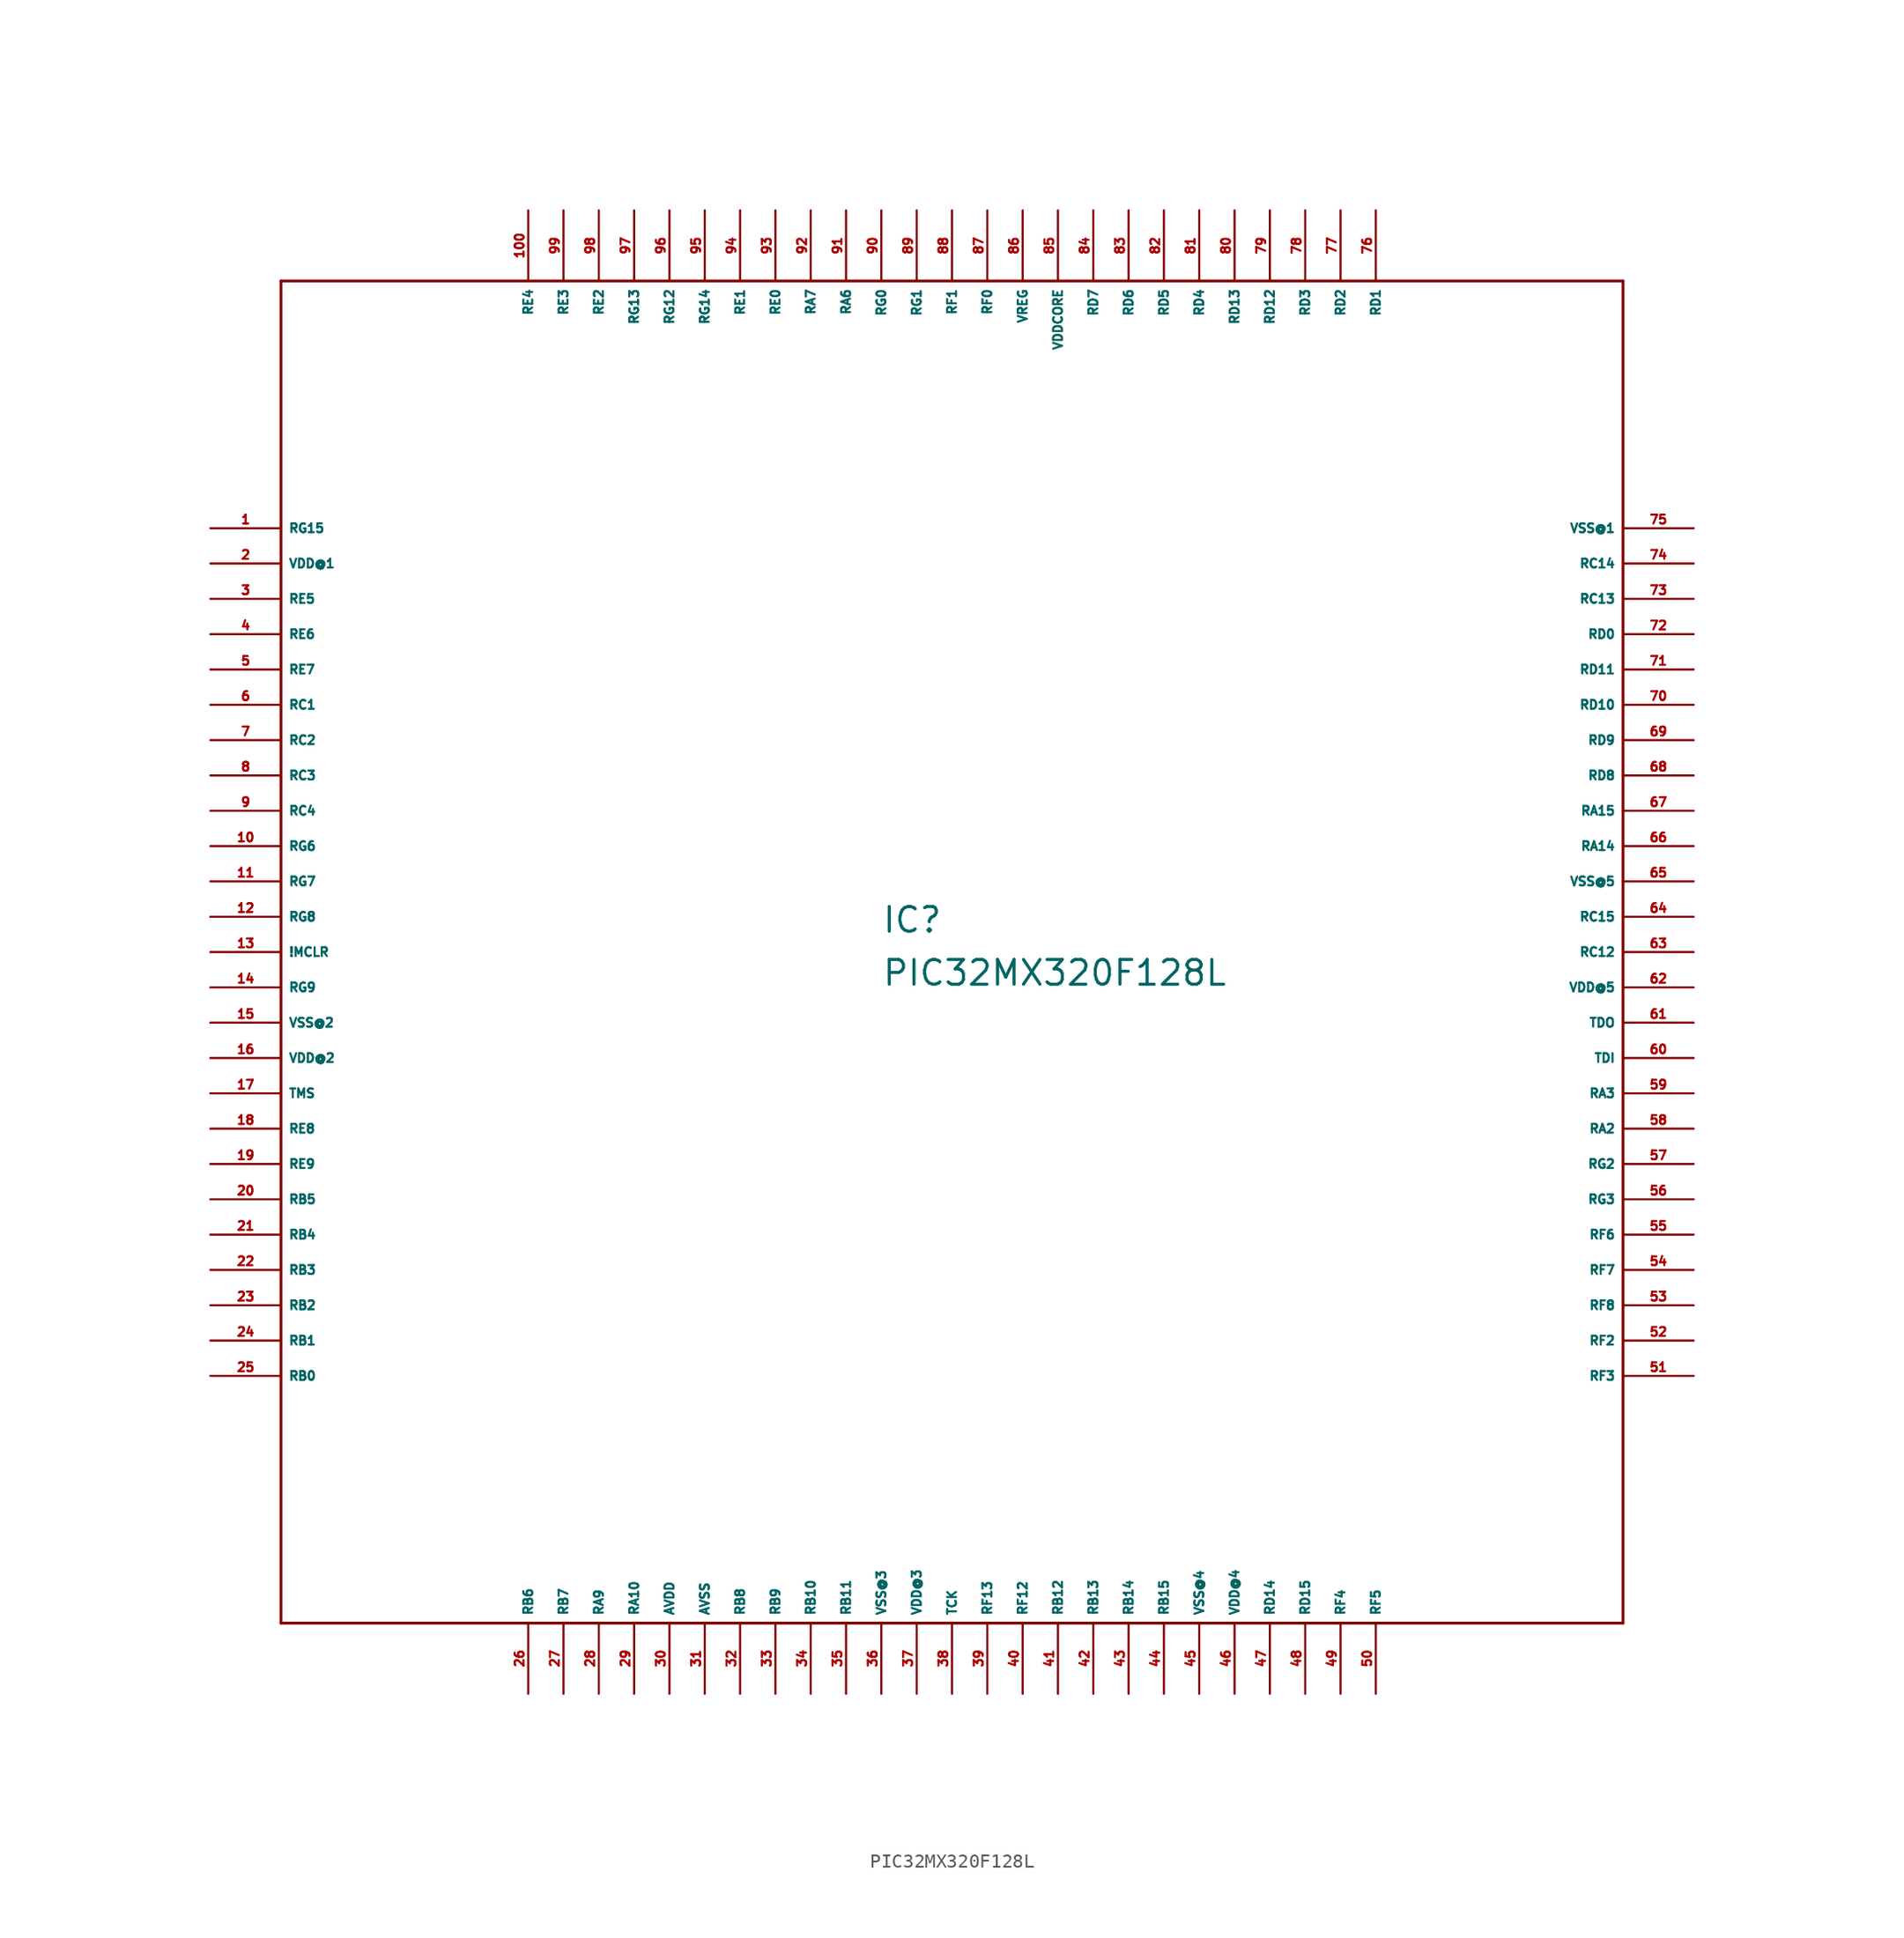
<source format=kicad_sym>
(kicad_symbol_lib
  (version 20220914)
  (generator Eagle2Kicad)
  (symbol "PIC32MX320F128L"
    (property "Reference" "IC"
      (at -5.08 1.27 0)
      (effects (font (size 1.778 1.778) (thickness 0.22)) (justify left bottom)))
    (property "Value" "PIC32MX320F128L"
      (at -5.08 -2.54 0)
      (effects (font (size 1.778 1.778) (thickness 0.22)) (justify left bottom)))
    (polyline
      (pts (xy -48.26 -48.26) (xy 48.26 -48.26))
      (stroke (width 0.203) (type default))
      (fill (type none)))
    (polyline
      (pts (xy 48.26 -48.26) (xy 48.26 48.26))
      (stroke (width 0.203) (type default))
      (fill (type none)))
    (polyline
      (pts (xy 48.26 48.26) (xy -48.26 48.26))
      (stroke (width 0.203) (type default))
      (fill (type none)))
    (polyline
      (pts (xy -48.26 48.26) (xy -48.26 -48.26))
      (stroke (width 0.203) (type default))
      (fill (type none)))
    (pin bidirectional line
      (at -53.34 30.48 0)
      (length 5.08)
      (name "RG15" (effects (font (size 0.635 0.635) (thickness 0.08)) (justify left bottom)))
      (number "1" (effects (font (size 0.635 0.635) (thickness 0.08)) (justify left bottom))))
    (pin unspecified line
      (at -53.34 27.94 0)
      (length 5.08)
      (name "VDD@1" (effects (font (size 0.635 0.635) (thickness 0.08)) (justify left bottom)))
      (number "2" (effects (font (size 0.635 0.635) (thickness 0.08)) (justify left bottom))))
    (pin bidirectional line
      (at -53.34 25.4 0)
      (length 5.08)
      (name "RE5" (effects (font (size 0.635 0.635) (thickness 0.08)) (justify left bottom)))
      (number "3" (effects (font (size 0.635 0.635) (thickness 0.08)) (justify left bottom))))
    (pin bidirectional line
      (at -53.34 22.86 0)
      (length 5.08)
      (name "RE6" (effects (font (size 0.635 0.635) (thickness 0.08)) (justify left bottom)))
      (number "4" (effects (font (size 0.635 0.635) (thickness 0.08)) (justify left bottom))))
    (pin bidirectional line
      (at -53.34 20.32 0)
      (length 5.08)
      (name "RE7" (effects (font (size 0.635 0.635) (thickness 0.08)) (justify left bottom)))
      (number "5" (effects (font (size 0.635 0.635) (thickness 0.08)) (justify left bottom))))
    (pin bidirectional line
      (at -53.34 17.78 0)
      (length 5.08)
      (name "RC1" (effects (font (size 0.635 0.635) (thickness 0.08)) (justify left bottom)))
      (number "6" (effects (font (size 0.635 0.635) (thickness 0.08)) (justify left bottom))))
    (pin bidirectional line
      (at -53.34 15.24 0)
      (length 5.08)
      (name "RC2" (effects (font (size 0.635 0.635) (thickness 0.08)) (justify left bottom)))
      (number "7" (effects (font (size 0.635 0.635) (thickness 0.08)) (justify left bottom))))
    (pin bidirectional line
      (at -53.34 12.7 0)
      (length 5.08)
      (name "RC3" (effects (font (size 0.635 0.635) (thickness 0.08)) (justify left bottom)))
      (number "8" (effects (font (size 0.635 0.635) (thickness 0.08)) (justify left bottom))))
    (pin bidirectional line
      (at -53.34 10.16 0)
      (length 5.08)
      (name "RC4" (effects (font (size 0.635 0.635) (thickness 0.08)) (justify left bottom)))
      (number "9" (effects (font (size 0.635 0.635) (thickness 0.08)) (justify left bottom))))
    (pin bidirectional line
      (at -53.34 7.62 0)
      (length 5.08)
      (name "RG6" (effects (font (size 0.635 0.635) (thickness 0.08)) (justify left bottom)))
      (number "10" (effects (font (size 0.635 0.635) (thickness 0.08)) (justify left bottom))))
    (pin bidirectional line
      (at -53.34 5.08 0)
      (length 5.08)
      (name "RG7" (effects (font (size 0.635 0.635) (thickness 0.08)) (justify left bottom)))
      (number "11" (effects (font (size 0.635 0.635) (thickness 0.08)) (justify left bottom))))
    (pin bidirectional line
      (at -53.34 2.54 0)
      (length 5.08)
      (name "RG8" (effects (font (size 0.635 0.635) (thickness 0.08)) (justify left bottom)))
      (number "12" (effects (font (size 0.635 0.635) (thickness 0.08)) (justify left bottom))))
    (pin input line
      (at -53.34 0 0)
      (length 5.08)
      (name "!MCLR" (effects (font (size 0.635 0.635) (thickness 0.08)) (justify left bottom)))
      (number "13" (effects (font (size 0.635 0.635) (thickness 0.08)) (justify left bottom))))
    (pin bidirectional line
      (at -53.34 -2.54 0)
      (length 5.08)
      (name "RG9" (effects (font (size 0.635 0.635) (thickness 0.08)) (justify left bottom)))
      (number "14" (effects (font (size 0.635 0.635) (thickness 0.08)) (justify left bottom))))
    (pin unspecified line
      (at -53.34 -5.08 0)
      (length 5.08)
      (name "VSS@2" (effects (font (size 0.635 0.635) (thickness 0.08)) (justify left bottom)))
      (number "15" (effects (font (size 0.635 0.635) (thickness 0.08)) (justify left bottom))))
    (pin unspecified line
      (at -53.34 -7.62 0)
      (length 5.08)
      (name "VDD@2" (effects (font (size 0.635 0.635) (thickness 0.08)) (justify left bottom)))
      (number "16" (effects (font (size 0.635 0.635) (thickness 0.08)) (justify left bottom))))
    (pin input line
      (at -53.34 -10.16 0)
      (length 5.08)
      (name "TMS" (effects (font (size 0.635 0.635) (thickness 0.08)) (justify left bottom)))
      (number "17" (effects (font (size 0.635 0.635) (thickness 0.08)) (justify left bottom))))
    (pin bidirectional line
      (at -53.34 -12.7 0)
      (length 5.08)
      (name "RE8" (effects (font (size 0.635 0.635) (thickness 0.08)) (justify left bottom)))
      (number "18" (effects (font (size 0.635 0.635) (thickness 0.08)) (justify left bottom))))
    (pin bidirectional line
      (at -53.34 -15.24 0)
      (length 5.08)
      (name "RE9" (effects (font (size 0.635 0.635) (thickness 0.08)) (justify left bottom)))
      (number "19" (effects (font (size 0.635 0.635) (thickness 0.08)) (justify left bottom))))
    (pin bidirectional line
      (at -53.34 -17.78 0)
      (length 5.08)
      (name "RB5" (effects (font (size 0.635 0.635) (thickness 0.08)) (justify left bottom)))
      (number "20" (effects (font (size 0.635 0.635) (thickness 0.08)) (justify left bottom))))
    (pin bidirectional line
      (at -53.34 -20.32 0)
      (length 5.08)
      (name "RB4" (effects (font (size 0.635 0.635) (thickness 0.08)) (justify left bottom)))
      (number "21" (effects (font (size 0.635 0.635) (thickness 0.08)) (justify left bottom))))
    (pin bidirectional line
      (at -53.34 -22.86 0)
      (length 5.08)
      (name "RB3" (effects (font (size 0.635 0.635) (thickness 0.08)) (justify left bottom)))
      (number "22" (effects (font (size 0.635 0.635) (thickness 0.08)) (justify left bottom))))
    (pin bidirectional line
      (at -53.34 -25.4 0)
      (length 5.08)
      (name "RB2" (effects (font (size 0.635 0.635) (thickness 0.08)) (justify left bottom)))
      (number "23" (effects (font (size 0.635 0.635) (thickness 0.08)) (justify left bottom))))
    (pin bidirectional line
      (at -53.34 -27.94 0)
      (length 5.08)
      (name "RB1" (effects (font (size 0.635 0.635) (thickness 0.08)) (justify left bottom)))
      (number "24" (effects (font (size 0.635 0.635) (thickness 0.08)) (justify left bottom))))
    (pin bidirectional line
      (at -53.34 -30.48 0)
      (length 5.08)
      (name "RB0" (effects (font (size 0.635 0.635) (thickness 0.08)) (justify left bottom)))
      (number "25" (effects (font (size 0.635 0.635) (thickness 0.08)) (justify left bottom))))
    (pin bidirectional line
      (at -30.48 -53.34 90)
      (length 5.08)
      (name "RB6" (effects (font (size 0.635 0.635) (thickness 0.08)) (justify left bottom)))
      (number "26" (effects (font (size 0.635 0.635) (thickness 0.08)) (justify left bottom))))
    (pin bidirectional line
      (at -27.94 -53.34 90)
      (length 5.08)
      (name "RB7" (effects (font (size 0.635 0.635) (thickness 0.08)) (justify left bottom)))
      (number "27" (effects (font (size 0.635 0.635) (thickness 0.08)) (justify left bottom))))
    (pin bidirectional line
      (at -25.4 -53.34 90)
      (length 5.08)
      (name "RA9" (effects (font (size 0.635 0.635) (thickness 0.08)) (justify left bottom)))
      (number "28" (effects (font (size 0.635 0.635) (thickness 0.08)) (justify left bottom))))
    (pin bidirectional line
      (at -22.86 -53.34 90)
      (length 5.08)
      (name "RA10" (effects (font (size 0.635 0.635) (thickness 0.08)) (justify left bottom)))
      (number "29" (effects (font (size 0.635 0.635) (thickness 0.08)) (justify left bottom))))
    (pin unspecified line
      (at -20.32 -53.34 90)
      (length 5.08)
      (name "AVDD" (effects (font (size 0.635 0.635) (thickness 0.08)) (justify left bottom)))
      (number "30" (effects (font (size 0.635 0.635) (thickness 0.08)) (justify left bottom))))
    (pin unspecified line
      (at -17.78 -53.34 90)
      (length 5.08)
      (name "AVSS" (effects (font (size 0.635 0.635) (thickness 0.08)) (justify left bottom)))
      (number "31" (effects (font (size 0.635 0.635) (thickness 0.08)) (justify left bottom))))
    (pin bidirectional line
      (at -15.24 -53.34 90)
      (length 5.08)
      (name "RB8" (effects (font (size 0.635 0.635) (thickness 0.08)) (justify left bottom)))
      (number "32" (effects (font (size 0.635 0.635) (thickness 0.08)) (justify left bottom))))
    (pin bidirectional line
      (at -12.7 -53.34 90)
      (length 5.08)
      (name "RB9" (effects (font (size 0.635 0.635) (thickness 0.08)) (justify left bottom)))
      (number "33" (effects (font (size 0.635 0.635) (thickness 0.08)) (justify left bottom))))
    (pin bidirectional line
      (at -10.16 -53.34 90)
      (length 5.08)
      (name "RB10" (effects (font (size 0.635 0.635) (thickness 0.08)) (justify left bottom)))
      (number "34" (effects (font (size 0.635 0.635) (thickness 0.08)) (justify left bottom))))
    (pin bidirectional line
      (at -7.62 -53.34 90)
      (length 5.08)
      (name "RB11" (effects (font (size 0.635 0.635) (thickness 0.08)) (justify left bottom)))
      (number "35" (effects (font (size 0.635 0.635) (thickness 0.08)) (justify left bottom))))
    (pin unspecified line
      (at -5.08 -53.34 90)
      (length 5.08)
      (name "VSS@3" (effects (font (size 0.635 0.635) (thickness 0.08)) (justify left bottom)))
      (number "36" (effects (font (size 0.635 0.635) (thickness 0.08)) (justify left bottom))))
    (pin unspecified line
      (at -2.54 -53.34 90)
      (length 5.08)
      (name "VDD@3" (effects (font (size 0.635 0.635) (thickness 0.08)) (justify left bottom)))
      (number "37" (effects (font (size 0.635 0.635) (thickness 0.08)) (justify left bottom))))
    (pin input line
      (at 0 -53.34 90)
      (length 5.08)
      (name "TCK" (effects (font (size 0.635 0.635) (thickness 0.08)) (justify left bottom)))
      (number "38" (effects (font (size 0.635 0.635) (thickness 0.08)) (justify left bottom))))
    (pin bidirectional line
      (at 2.54 -53.34 90)
      (length 5.08)
      (name "RF13" (effects (font (size 0.635 0.635) (thickness 0.08)) (justify left bottom)))
      (number "39" (effects (font (size 0.635 0.635) (thickness 0.08)) (justify left bottom))))
    (pin bidirectional line
      (at 5.08 -53.34 90)
      (length 5.08)
      (name "RF12" (effects (font (size 0.635 0.635) (thickness 0.08)) (justify left bottom)))
      (number "40" (effects (font (size 0.635 0.635) (thickness 0.08)) (justify left bottom))))
    (pin bidirectional line
      (at 7.62 -53.34 90)
      (length 5.08)
      (name "RB12" (effects (font (size 0.635 0.635) (thickness 0.08)) (justify left bottom)))
      (number "41" (effects (font (size 0.635 0.635) (thickness 0.08)) (justify left bottom))))
    (pin bidirectional line
      (at 10.16 -53.34 90)
      (length 5.08)
      (name "RB13" (effects (font (size 0.635 0.635) (thickness 0.08)) (justify left bottom)))
      (number "42" (effects (font (size 0.635 0.635) (thickness 0.08)) (justify left bottom))))
    (pin bidirectional line
      (at 12.7 -53.34 90)
      (length 5.08)
      (name "RB14" (effects (font (size 0.635 0.635) (thickness 0.08)) (justify left bottom)))
      (number "43" (effects (font (size 0.635 0.635) (thickness 0.08)) (justify left bottom))))
    (pin bidirectional line
      (at 15.24 -53.34 90)
      (length 5.08)
      (name "RB15" (effects (font (size 0.635 0.635) (thickness 0.08)) (justify left bottom)))
      (number "44" (effects (font (size 0.635 0.635) (thickness 0.08)) (justify left bottom))))
    (pin unspecified line
      (at 17.78 -53.34 90)
      (length 5.08)
      (name "VSS@4" (effects (font (size 0.635 0.635) (thickness 0.08)) (justify left bottom)))
      (number "45" (effects (font (size 0.635 0.635) (thickness 0.08)) (justify left bottom))))
    (pin unspecified line
      (at 20.32 -53.34 90)
      (length 5.08)
      (name "VDD@4" (effects (font (size 0.635 0.635) (thickness 0.08)) (justify left bottom)))
      (number "46" (effects (font (size 0.635 0.635) (thickness 0.08)) (justify left bottom))))
    (pin bidirectional line
      (at 22.86 -53.34 90)
      (length 5.08)
      (name "RD14" (effects (font (size 0.635 0.635) (thickness 0.08)) (justify left bottom)))
      (number "47" (effects (font (size 0.635 0.635) (thickness 0.08)) (justify left bottom))))
    (pin bidirectional line
      (at 25.4 -53.34 90)
      (length 5.08)
      (name "RD15" (effects (font (size 0.635 0.635) (thickness 0.08)) (justify left bottom)))
      (number "48" (effects (font (size 0.635 0.635) (thickness 0.08)) (justify left bottom))))
    (pin bidirectional line
      (at 27.94 -53.34 90)
      (length 5.08)
      (name "RF4" (effects (font (size 0.635 0.635) (thickness 0.08)) (justify left bottom)))
      (number "49" (effects (font (size 0.635 0.635) (thickness 0.08)) (justify left bottom))))
    (pin bidirectional line
      (at 30.48 -53.34 90)
      (length 5.08)
      (name "RF5" (effects (font (size 0.635 0.635) (thickness 0.08)) (justify left bottom)))
      (number "50" (effects (font (size 0.635 0.635) (thickness 0.08)) (justify left bottom))))
    (pin bidirectional line
      (at 53.34 -30.48 180)
      (length 5.08)
      (name "RF3" (effects (font (size 0.635 0.635) (thickness 0.08)) (justify left bottom)))
      (number "51" (effects (font (size 0.635 0.635) (thickness 0.08)) (justify left bottom))))
    (pin bidirectional line
      (at 53.34 -27.94 180)
      (length 5.08)
      (name "RF2" (effects (font (size 0.635 0.635) (thickness 0.08)) (justify left bottom)))
      (number "52" (effects (font (size 0.635 0.635) (thickness 0.08)) (justify left bottom))))
    (pin bidirectional line
      (at 53.34 -25.4 180)
      (length 5.08)
      (name "RF8" (effects (font (size 0.635 0.635) (thickness 0.08)) (justify left bottom)))
      (number "53" (effects (font (size 0.635 0.635) (thickness 0.08)) (justify left bottom))))
    (pin bidirectional line
      (at 53.34 -22.86 180)
      (length 5.08)
      (name "RF7" (effects (font (size 0.635 0.635) (thickness 0.08)) (justify left bottom)))
      (number "54" (effects (font (size 0.635 0.635) (thickness 0.08)) (justify left bottom))))
    (pin bidirectional line
      (at 53.34 -20.32 180)
      (length 5.08)
      (name "RF6" (effects (font (size 0.635 0.635) (thickness 0.08)) (justify left bottom)))
      (number "55" (effects (font (size 0.635 0.635) (thickness 0.08)) (justify left bottom))))
    (pin bidirectional line
      (at 53.34 -17.78 180)
      (length 5.08)
      (name "RG3" (effects (font (size 0.635 0.635) (thickness 0.08)) (justify left bottom)))
      (number "56" (effects (font (size 0.635 0.635) (thickness 0.08)) (justify left bottom))))
    (pin bidirectional line
      (at 53.34 -15.24 180)
      (length 5.08)
      (name "RG2" (effects (font (size 0.635 0.635) (thickness 0.08)) (justify left bottom)))
      (number "57" (effects (font (size 0.635 0.635) (thickness 0.08)) (justify left bottom))))
    (pin bidirectional line
      (at 53.34 -12.7 180)
      (length 5.08)
      (name "RA2" (effects (font (size 0.635 0.635) (thickness 0.08)) (justify left bottom)))
      (number "58" (effects (font (size 0.635 0.635) (thickness 0.08)) (justify left bottom))))
    (pin bidirectional line
      (at 53.34 -10.16 180)
      (length 5.08)
      (name "RA3" (effects (font (size 0.635 0.635) (thickness 0.08)) (justify left bottom)))
      (number "59" (effects (font (size 0.635 0.635) (thickness 0.08)) (justify left bottom))))
    (pin input line
      (at 53.34 -7.62 180)
      (length 5.08)
      (name "TDI" (effects (font (size 0.635 0.635) (thickness 0.08)) (justify left bottom)))
      (number "60" (effects (font (size 0.635 0.635) (thickness 0.08)) (justify left bottom))))
    (pin output line
      (at 53.34 -5.08 180)
      (length 5.08)
      (name "TDO" (effects (font (size 0.635 0.635) (thickness 0.08)) (justify left bottom)))
      (number "61" (effects (font (size 0.635 0.635) (thickness 0.08)) (justify left bottom))))
    (pin unspecified line
      (at 53.34 -2.54 180)
      (length 5.08)
      (name "VDD@5" (effects (font (size 0.635 0.635) (thickness 0.08)) (justify left bottom)))
      (number "62" (effects (font (size 0.635 0.635) (thickness 0.08)) (justify left bottom))))
    (pin bidirectional line
      (at 53.34 0 180)
      (length 5.08)
      (name "RC12" (effects (font (size 0.635 0.635) (thickness 0.08)) (justify left bottom)))
      (number "63" (effects (font (size 0.635 0.635) (thickness 0.08)) (justify left bottom))))
    (pin bidirectional line
      (at 53.34 2.54 180)
      (length 5.08)
      (name "RC15" (effects (font (size 0.635 0.635) (thickness 0.08)) (justify left bottom)))
      (number "64" (effects (font (size 0.635 0.635) (thickness 0.08)) (justify left bottom))))
    (pin unspecified line
      (at 53.34 5.08 180)
      (length 5.08)
      (name "VSS@5" (effects (font (size 0.635 0.635) (thickness 0.08)) (justify left bottom)))
      (number "65" (effects (font (size 0.635 0.635) (thickness 0.08)) (justify left bottom))))
    (pin bidirectional line
      (at 53.34 7.62 180)
      (length 5.08)
      (name "RA14" (effects (font (size 0.635 0.635) (thickness 0.08)) (justify left bottom)))
      (number "66" (effects (font (size 0.635 0.635) (thickness 0.08)) (justify left bottom))))
    (pin bidirectional line
      (at 53.34 10.16 180)
      (length 5.08)
      (name "RA15" (effects (font (size 0.635 0.635) (thickness 0.08)) (justify left bottom)))
      (number "67" (effects (font (size 0.635 0.635) (thickness 0.08)) (justify left bottom))))
    (pin bidirectional line
      (at 53.34 12.7 180)
      (length 5.08)
      (name "RD8" (effects (font (size 0.635 0.635) (thickness 0.08)) (justify left bottom)))
      (number "68" (effects (font (size 0.635 0.635) (thickness 0.08)) (justify left bottom))))
    (pin bidirectional line
      (at 53.34 15.24 180)
      (length 5.08)
      (name "RD9" (effects (font (size 0.635 0.635) (thickness 0.08)) (justify left bottom)))
      (number "69" (effects (font (size 0.635 0.635) (thickness 0.08)) (justify left bottom))))
    (pin bidirectional line
      (at 53.34 17.78 180)
      (length 5.08)
      (name "RD10" (effects (font (size 0.635 0.635) (thickness 0.08)) (justify left bottom)))
      (number "70" (effects (font (size 0.635 0.635) (thickness 0.08)) (justify left bottom))))
    (pin bidirectional line
      (at 53.34 20.32 180)
      (length 5.08)
      (name "RD11" (effects (font (size 0.635 0.635) (thickness 0.08)) (justify left bottom)))
      (number "71" (effects (font (size 0.635 0.635) (thickness 0.08)) (justify left bottom))))
    (pin bidirectional line
      (at 53.34 22.86 180)
      (length 5.08)
      (name "RD0" (effects (font (size 0.635 0.635) (thickness 0.08)) (justify left bottom)))
      (number "72" (effects (font (size 0.635 0.635) (thickness 0.08)) (justify left bottom))))
    (pin bidirectional line
      (at 53.34 25.4 180)
      (length 5.08)
      (name "RC13" (effects (font (size 0.635 0.635) (thickness 0.08)) (justify left bottom)))
      (number "73" (effects (font (size 0.635 0.635) (thickness 0.08)) (justify left bottom))))
    (pin bidirectional line
      (at 53.34 27.94 180)
      (length 5.08)
      (name "RC14" (effects (font (size 0.635 0.635) (thickness 0.08)) (justify left bottom)))
      (number "74" (effects (font (size 0.635 0.635) (thickness 0.08)) (justify left bottom))))
    (pin unspecified line
      (at 53.34 30.48 180)
      (length 5.08)
      (name "VSS@1" (effects (font (size 0.635 0.635) (thickness 0.08)) (justify left bottom)))
      (number "75" (effects (font (size 0.635 0.635) (thickness 0.08)) (justify left bottom))))
    (pin bidirectional line
      (at 30.48 53.34 270)
      (length 5.08)
      (name "RD1" (effects (font (size 0.635 0.635) (thickness 0.08)) (justify left bottom)))
      (number "76" (effects (font (size 0.635 0.635) (thickness 0.08)) (justify left bottom))))
    (pin bidirectional line
      (at 27.94 53.34 270)
      (length 5.08)
      (name "RD2" (effects (font (size 0.635 0.635) (thickness 0.08)) (justify left bottom)))
      (number "77" (effects (font (size 0.635 0.635) (thickness 0.08)) (justify left bottom))))
    (pin bidirectional line
      (at 25.4 53.34 270)
      (length 5.08)
      (name "RD3" (effects (font (size 0.635 0.635) (thickness 0.08)) (justify left bottom)))
      (number "78" (effects (font (size 0.635 0.635) (thickness 0.08)) (justify left bottom))))
    (pin bidirectional line
      (at 22.86 53.34 270)
      (length 5.08)
      (name "RD12" (effects (font (size 0.635 0.635) (thickness 0.08)) (justify left bottom)))
      (number "79" (effects (font (size 0.635 0.635) (thickness 0.08)) (justify left bottom))))
    (pin bidirectional line
      (at 20.32 53.34 270)
      (length 5.08)
      (name "RD13" (effects (font (size 0.635 0.635) (thickness 0.08)) (justify left bottom)))
      (number "80" (effects (font (size 0.635 0.635) (thickness 0.08)) (justify left bottom))))
    (pin bidirectional line
      (at 17.78 53.34 270)
      (length 5.08)
      (name "RD4" (effects (font (size 0.635 0.635) (thickness 0.08)) (justify left bottom)))
      (number "81" (effects (font (size 0.635 0.635) (thickness 0.08)) (justify left bottom))))
    (pin bidirectional line
      (at 15.24 53.34 270)
      (length 5.08)
      (name "RD5" (effects (font (size 0.635 0.635) (thickness 0.08)) (justify left bottom)))
      (number "82" (effects (font (size 0.635 0.635) (thickness 0.08)) (justify left bottom))))
    (pin bidirectional line
      (at 12.7 53.34 270)
      (length 5.08)
      (name "RD6" (effects (font (size 0.635 0.635) (thickness 0.08)) (justify left bottom)))
      (number "83" (effects (font (size 0.635 0.635) (thickness 0.08)) (justify left bottom))))
    (pin bidirectional line
      (at 10.16 53.34 270)
      (length 5.08)
      (name "RD7" (effects (font (size 0.635 0.635) (thickness 0.08)) (justify left bottom)))
      (number "84" (effects (font (size 0.635 0.635) (thickness 0.08)) (justify left bottom))))
    (pin unspecified line
      (at 7.62 53.34 270)
      (length 5.08)
      (name "VDDCORE" (effects (font (size 0.635 0.635) (thickness 0.08)) (justify left bottom)))
      (number "85" (effects (font (size 0.635 0.635) (thickness 0.08)) (justify left bottom))))
    (pin passive line
      (at 5.08 53.34 270)
      (length 5.08)
      (name "VREG" (effects (font (size 0.635 0.635) (thickness 0.08)) (justify left bottom)))
      (number "86" (effects (font (size 0.635 0.635) (thickness 0.08)) (justify left bottom))))
    (pin bidirectional line
      (at 2.54 53.34 270)
      (length 5.08)
      (name "RF0" (effects (font (size 0.635 0.635) (thickness 0.08)) (justify left bottom)))
      (number "87" (effects (font (size 0.635 0.635) (thickness 0.08)) (justify left bottom))))
    (pin bidirectional line
      (at 0 53.34 270)
      (length 5.08)
      (name "RF1" (effects (font (size 0.635 0.635) (thickness 0.08)) (justify left bottom)))
      (number "88" (effects (font (size 0.635 0.635) (thickness 0.08)) (justify left bottom))))
    (pin bidirectional line
      (at -2.54 53.34 270)
      (length 5.08)
      (name "RG1" (effects (font (size 0.635 0.635) (thickness 0.08)) (justify left bottom)))
      (number "89" (effects (font (size 0.635 0.635) (thickness 0.08)) (justify left bottom))))
    (pin bidirectional line
      (at -5.08 53.34 270)
      (length 5.08)
      (name "RG0" (effects (font (size 0.635 0.635) (thickness 0.08)) (justify left bottom)))
      (number "90" (effects (font (size 0.635 0.635) (thickness 0.08)) (justify left bottom))))
    (pin bidirectional line
      (at -7.62 53.34 270)
      (length 5.08)
      (name "RA6" (effects (font (size 0.635 0.635) (thickness 0.08)) (justify left bottom)))
      (number "91" (effects (font (size 0.635 0.635) (thickness 0.08)) (justify left bottom))))
    (pin bidirectional line
      (at -10.16 53.34 270)
      (length 5.08)
      (name "RA7" (effects (font (size 0.635 0.635) (thickness 0.08)) (justify left bottom)))
      (number "92" (effects (font (size 0.635 0.635) (thickness 0.08)) (justify left bottom))))
    (pin bidirectional line
      (at -12.7 53.34 270)
      (length 5.08)
      (name "RE0" (effects (font (size 0.635 0.635) (thickness 0.08)) (justify left bottom)))
      (number "93" (effects (font (size 0.635 0.635) (thickness 0.08)) (justify left bottom))))
    (pin bidirectional line
      (at -15.24 53.34 270)
      (length 5.08)
      (name "RE1" (effects (font (size 0.635 0.635) (thickness 0.08)) (justify left bottom)))
      (number "94" (effects (font (size 0.635 0.635) (thickness 0.08)) (justify left bottom))))
    (pin bidirectional line
      (at -17.78 53.34 270)
      (length 5.08)
      (name "RG14" (effects (font (size 0.635 0.635) (thickness 0.08)) (justify left bottom)))
      (number "95" (effects (font (size 0.635 0.635) (thickness 0.08)) (justify left bottom))))
    (pin bidirectional line
      (at -20.32 53.34 270)
      (length 5.08)
      (name "RG12" (effects (font (size 0.635 0.635) (thickness 0.08)) (justify left bottom)))
      (number "96" (effects (font (size 0.635 0.635) (thickness 0.08)) (justify left bottom))))
    (pin bidirectional line
      (at -22.86 53.34 270)
      (length 5.08)
      (name "RG13" (effects (font (size 0.635 0.635) (thickness 0.08)) (justify left bottom)))
      (number "97" (effects (font (size 0.635 0.635) (thickness 0.08)) (justify left bottom))))
    (pin bidirectional line
      (at -25.4 53.34 270)
      (length 5.08)
      (name "RE2" (effects (font (size 0.635 0.635) (thickness 0.08)) (justify left bottom)))
      (number "98" (effects (font (size 0.635 0.635) (thickness 0.08)) (justify left bottom))))
    (pin bidirectional line
      (at -27.94 53.34 270)
      (length 5.08)
      (name "RE3" (effects (font (size 0.635 0.635) (thickness 0.08)) (justify left bottom)))
      (number "99" (effects (font (size 0.635 0.635) (thickness 0.08)) (justify left bottom))))
    (pin bidirectional line
      (at -30.48 53.34 270)
      (length 5.08)
      (name "RE4" (effects (font (size 0.635 0.635) (thickness 0.08)) (justify left bottom)))
      (number "100" (effects (font (size 0.635 0.635) (thickness 0.08)) (justify left bottom))))))
</source>
